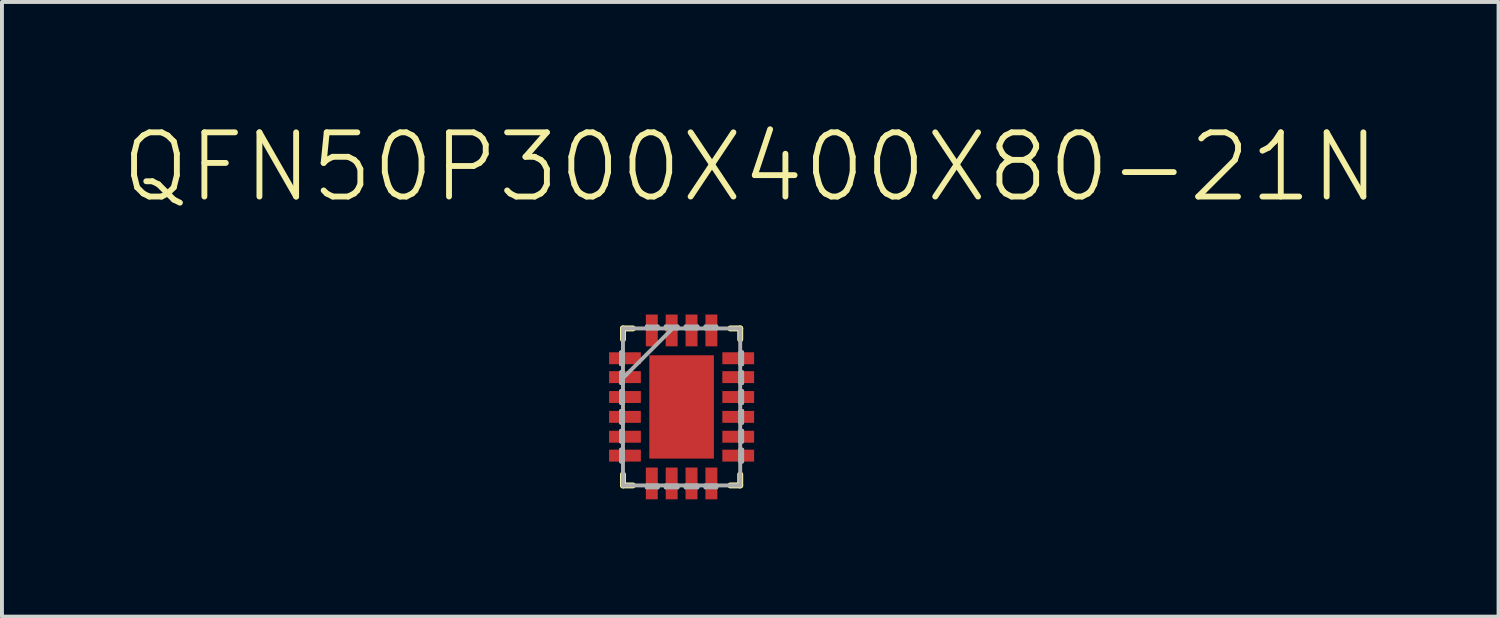
<source format=kicad_pcb>
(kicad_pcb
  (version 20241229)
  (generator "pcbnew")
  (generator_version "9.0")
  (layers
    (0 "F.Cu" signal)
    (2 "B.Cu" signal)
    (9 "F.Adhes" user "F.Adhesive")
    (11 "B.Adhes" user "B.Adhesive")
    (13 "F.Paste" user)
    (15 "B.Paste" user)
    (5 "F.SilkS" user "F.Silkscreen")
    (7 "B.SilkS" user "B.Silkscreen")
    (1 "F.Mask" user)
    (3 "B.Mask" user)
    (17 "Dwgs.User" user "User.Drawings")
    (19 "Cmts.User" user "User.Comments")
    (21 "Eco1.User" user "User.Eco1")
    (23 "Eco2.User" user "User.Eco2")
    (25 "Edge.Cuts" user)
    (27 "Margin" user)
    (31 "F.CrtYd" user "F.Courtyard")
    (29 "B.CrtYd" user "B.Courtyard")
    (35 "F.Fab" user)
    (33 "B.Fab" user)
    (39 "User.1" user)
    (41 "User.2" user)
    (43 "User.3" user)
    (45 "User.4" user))
  (footprint "QFN50P300X400X80-21N"
    (layer "F.Cu")
    (at 14.378 7.355)
    (property "Reference" "QFN50P300X400X80-21N" (at 1.755 -6.131 0) (layer "F.SilkS") (effects (font (size 1.642 1.642) (thickness 0.15))))
    (attr through_hole)
    (fp_line (start -1.499 -2.007) (end -1.499 -1.727) (stroke (width 0.152) (type solid)) (layer "F.SilkS"))
    (fp_line (start -1.499 1.727) (end -1.499 2.007) (stroke (width 0.152) (type solid)) (layer "F.SilkS"))
    (fp_line (start -1.499 2.007) (end -1.245 2.007) (stroke (width 0.152) (type solid)) (layer "F.SilkS"))
    (fp_line (start -1.245 -2.007) (end -1.499 -2.007) (stroke (width 0.152) (type solid)) (layer "F.SilkS"))
    (fp_line (start 1.245 2.007) (end 1.499 2.007) (stroke (width 0.152) (type solid)) (layer "F.SilkS"))
    (fp_line (start 1.499 -2.007) (end 1.245 -2.007) (stroke (width 0.152) (type solid)) (layer "F.SilkS"))
    (fp_line (start 1.499 -1.727) (end 1.499 -2.007) (stroke (width 0.152) (type solid)) (layer "F.SilkS"))
    (fp_line (start 1.499 2.007) (end 1.499 1.727) (stroke (width 0.152) (type solid)) (layer "F.SilkS"))
    (fp_line (start -1.549 -1.397) (end -1.549 -1.092) (stroke (width 0.1) (type solid)) (layer "F.Fab"))
    (fp_line (start -1.549 -1.092) (end -1.499 -1.092) (stroke (width 0.1) (type solid)) (layer "F.Fab"))
    (fp_line (start -1.549 -0.889) (end -1.549 -0.61) (stroke (width 0.1) (type solid)) (layer "F.Fab"))
    (fp_line (start -1.549 -0.61) (end -1.499 -0.61) (stroke (width 0.1) (type solid)) (layer "F.Fab"))
    (fp_line (start -1.549 -0.406) (end -1.549 -0.102) (stroke (width 0.1) (type solid)) (layer "F.Fab"))
    (fp_line (start -1.549 -0.102) (end -1.499 -0.102) (stroke (width 0.1) (type solid)) (layer "F.Fab"))
    (fp_line (start -1.549 0.102) (end -1.549 0.406) (stroke (width 0.1) (type solid)) (layer "F.Fab"))
    (fp_line (start -1.549 0.406) (end -1.499 0.406) (stroke (width 0.1) (type solid)) (layer "F.Fab"))
    (fp_line (start -1.549 0.61) (end -1.549 0.889) (stroke (width 0.1) (type solid)) (layer "F.Fab"))
    (fp_line (start -1.549 0.889) (end -1.499 0.889) (stroke (width 0.1) (type solid)) (layer "F.Fab"))
    (fp_line (start -1.549 1.092) (end -1.549 1.397) (stroke (width 0.1) (type solid)) (layer "F.Fab"))
    (fp_line (start -1.549 1.397) (end -1.499 1.397) (stroke (width 0.1) (type solid)) (layer "F.Fab"))
    (fp_line (start -1.499 -2.007) (end -1.499 2.007) (stroke (width 0.1) (type solid)) (layer "F.Fab"))
    (fp_line (start -1.499 -1.397) (end -1.549 -1.397) (stroke (width 0.1) (type solid)) (layer "F.Fab"))
    (fp_line (start -1.499 -1.092) (end -1.499 -1.397) (stroke (width 0.1) (type solid)) (layer "F.Fab"))
    (fp_line (start -1.499 -0.889) (end -1.549 -0.889) (stroke (width 0.1) (type solid)) (layer "F.Fab"))
    (fp_line (start -1.499 -0.737) (end -0.229 -2.007) (stroke (width 0.1) (type solid)) (layer "F.Fab"))
    (fp_line (start -1.499 -0.61) (end -1.499 -0.889) (stroke (width 0.1) (type solid)) (layer "F.Fab"))
    (fp_line (start -1.499 -0.406) (end -1.549 -0.406) (stroke (width 0.1) (type solid)) (layer "F.Fab"))
    (fp_line (start -1.499 -0.102) (end -1.499 -0.406) (stroke (width 0.1) (type solid)) (layer "F.Fab"))
    (fp_line (start -1.499 0.102) (end -1.549 0.102) (stroke (width 0.1) (type solid)) (layer "F.Fab"))
    (fp_line (start -1.499 0.406) (end -1.499 0.102) (stroke (width 0.1) (type solid)) (layer "F.Fab"))
    (fp_line (start -1.499 0.61) (end -1.549 0.61) (stroke (width 0.1) (type solid)) (layer "F.Fab"))
    (fp_line (start -1.499 0.889) (end -1.499 0.61) (stroke (width 0.1) (type solid)) (layer "F.Fab"))
    (fp_line (start -1.499 1.092) (end -1.549 1.092) (stroke (width 0.1) (type solid)) (layer "F.Fab"))
    (fp_line (start -1.499 1.397) (end -1.499 1.092) (stroke (width 0.1) (type solid)) (layer "F.Fab"))
    (fp_line (start -1.499 2.007) (end 1.499 2.007) (stroke (width 0.1) (type solid)) (layer "F.Fab"))
    (fp_line (start -0.889 -2.057) (end -0.889 -2.007) (stroke (width 0.1) (type solid)) (layer "F.Fab"))
    (fp_line (start -0.889 -2.007) (end -0.61 -2.007) (stroke (width 0.1) (type solid)) (layer "F.Fab"))
    (fp_line (start -0.889 2.007) (end -0.889 2.057) (stroke (width 0.1) (type solid)) (layer "F.Fab"))
    (fp_line (start -0.889 2.057) (end -0.61 2.057) (stroke (width 0.1) (type solid)) (layer "F.Fab"))
    (fp_line (start -0.61 -2.057) (end -0.889 -2.057) (stroke (width 0.1) (type solid)) (layer "F.Fab"))
    (fp_line (start -0.61 -2.007) (end -0.61 -2.057) (stroke (width 0.1) (type solid)) (layer "F.Fab"))
    (fp_line (start -0.61 2.007) (end -0.889 2.007) (stroke (width 0.1) (type solid)) (layer "F.Fab"))
    (fp_line (start -0.61 2.057) (end -0.61 2.007) (stroke (width 0.1) (type solid)) (layer "F.Fab"))
    (fp_line (start -0.406 -2.057) (end -0.406 -2.007) (stroke (width 0.1) (type solid)) (layer "F.Fab"))
    (fp_line (start -0.406 -2.007) (end -0.102 -2.007) (stroke (width 0.1) (type solid)) (layer "F.Fab"))
    (fp_line (start -0.406 2.007) (end -0.406 2.057) (stroke (width 0.1) (type solid)) (layer "F.Fab"))
    (fp_line (start -0.406 2.057) (end -0.102 2.057) (stroke (width 0.1) (type solid)) (layer "F.Fab"))
    (fp_line (start -0.102 -2.057) (end -0.406 -2.057) (stroke (width 0.1) (type solid)) (layer "F.Fab"))
    (fp_line (start -0.102 -2.007) (end -0.102 -2.057) (stroke (width 0.1) (type solid)) (layer "F.Fab"))
    (fp_line (start -0.102 2.007) (end -0.406 2.007) (stroke (width 0.1) (type solid)) (layer "F.Fab"))
    (fp_line (start -0.102 2.057) (end -0.102 2.007) (stroke (width 0.1) (type solid)) (layer "F.Fab"))
    (fp_line (start 0.102 -2.057) (end 0.102 -2.007) (stroke (width 0.1) (type solid)) (layer "F.Fab"))
    (fp_line (start 0.102 -2.007) (end 0.406 -2.007) (stroke (width 0.1) (type solid)) (layer "F.Fab"))
    (fp_line (start 0.102 2.007) (end 0.102 2.057) (stroke (width 0.1) (type solid)) (layer "F.Fab"))
    (fp_line (start 0.102 2.057) (end 0.406 2.057) (stroke (width 0.1) (type solid)) (layer "F.Fab"))
    (fp_line (start 0.406 -2.057) (end 0.102 -2.057) (stroke (width 0.1) (type solid)) (layer "F.Fab"))
    (fp_line (start 0.406 -2.007) (end 0.406 -2.057) (stroke (width 0.1) (type solid)) (layer "F.Fab"))
    (fp_line (start 0.406 2.007) (end 0.102 2.007) (stroke (width 0.1) (type solid)) (layer "F.Fab"))
    (fp_line (start 0.406 2.057) (end 0.406 2.007) (stroke (width 0.1) (type solid)) (layer "F.Fab"))
    (fp_line (start 0.61 -2.057) (end 0.61 -2.007) (stroke (width 0.1) (type solid)) (layer "F.Fab"))
    (fp_line (start 0.61 -2.007) (end 0.889 -2.007) (stroke (width 0.1) (type solid)) (layer "F.Fab"))
    (fp_line (start 0.61 2.007) (end 0.61 2.057) (stroke (width 0.1) (type solid)) (layer "F.Fab"))
    (fp_line (start 0.61 2.057) (end 0.889 2.057) (stroke (width 0.1) (type solid)) (layer "F.Fab"))
    (fp_line (start 0.889 -2.057) (end 0.61 -2.057) (stroke (width 0.1) (type solid)) (layer "F.Fab"))
    (fp_line (start 0.889 -2.007) (end 0.889 -2.057) (stroke (width 0.1) (type solid)) (layer "F.Fab"))
    (fp_line (start 0.889 2.007) (end 0.61 2.007) (stroke (width 0.1) (type solid)) (layer "F.Fab"))
    (fp_line (start 0.889 2.057) (end 0.889 2.007) (stroke (width 0.1) (type solid)) (layer "F.Fab"))
    (fp_line (start 1.499 -2.007) (end -1.499 -2.007) (stroke (width 0.1) (type solid)) (layer "F.Fab"))
    (fp_line (start 1.499 -1.397) (end 1.499 -1.092) (stroke (width 0.1) (type solid)) (layer "F.Fab"))
    (fp_line (start 1.499 -1.092) (end 1.549 -1.092) (stroke (width 0.1) (type solid)) (layer "F.Fab"))
    (fp_line (start 1.499 -0.889) (end 1.499 -0.61) (stroke (width 0.1) (type solid)) (layer "F.Fab"))
    (fp_line (start 1.499 -0.61) (end 1.549 -0.61) (stroke (width 0.1) (type solid)) (layer "F.Fab"))
    (fp_line (start 1.499 -0.406) (end 1.499 -0.102) (stroke (width 0.1) (type solid)) (layer "F.Fab"))
    (fp_line (start 1.499 -0.102) (end 1.549 -0.102) (stroke (width 0.1) (type solid)) (layer "F.Fab"))
    (fp_line (start 1.499 0.102) (end 1.499 0.406) (stroke (width 0.1) (type solid)) (layer "F.Fab"))
    (fp_line (start 1.499 0.406) (end 1.549 0.406) (stroke (width 0.1) (type solid)) (layer "F.Fab"))
    (fp_line (start 1.499 0.61) (end 1.499 0.889) (stroke (width 0.1) (type solid)) (layer "F.Fab"))
    (fp_line (start 1.499 0.889) (end 1.549 0.889) (stroke (width 0.1) (type solid)) (layer "F.Fab"))
    (fp_line (start 1.499 1.092) (end 1.499 1.397) (stroke (width 0.1) (type solid)) (layer "F.Fab"))
    (fp_line (start 1.499 1.397) (end 1.549 1.397) (stroke (width 0.1) (type solid)) (layer "F.Fab"))
    (fp_line (start 1.499 2.007) (end 1.499 -2.007) (stroke (width 0.1) (type solid)) (layer "F.Fab"))
    (fp_line (start 1.549 -1.397) (end 1.499 -1.397) (stroke (width 0.1) (type solid)) (layer "F.Fab"))
    (fp_line (start 1.549 -1.092) (end 1.549 -1.397) (stroke (width 0.1) (type solid)) (layer "F.Fab"))
    (fp_line (start 1.549 -0.889) (end 1.499 -0.889) (stroke (width 0.1) (type solid)) (layer "F.Fab"))
    (fp_line (start 1.549 -0.61) (end 1.549 -0.889) (stroke (width 0.1) (type solid)) (layer "F.Fab"))
    (fp_line (start 1.549 -0.406) (end 1.499 -0.406) (stroke (width 0.1) (type solid)) (layer "F.Fab"))
    (fp_line (start 1.549 -0.102) (end 1.549 -0.406) (stroke (width 0.1) (type solid)) (layer "F.Fab"))
    (fp_line (start 1.549 0.102) (end 1.499 0.102) (stroke (width 0.1) (type solid)) (layer "F.Fab"))
    (fp_line (start 1.549 0.406) (end 1.549 0.102) (stroke (width 0.1) (type solid)) (layer "F.Fab"))
    (fp_line (start 1.549 0.61) (end 1.499 0.61) (stroke (width 0.1) (type solid)) (layer "F.Fab"))
    (fp_line (start 1.549 0.889) (end 1.549 0.61) (stroke (width 0.1) (type solid)) (layer "F.Fab"))
    (fp_line (start 1.549 1.092) (end 1.499 1.092) (stroke (width 0.1) (type solid)) (layer "F.Fab"))
    (fp_line (start 1.549 1.397) (end 1.549 1.092) (stroke (width 0.1) (type solid)) (layer "F.Fab"))
    (pad "1" smd rect (at -1.448 -1.245 270) (size 0.305 0.813) (layers "F.Cu" "F.Mask" "F.Paste"))
    (pad "2" smd rect (at -1.448 -0.762 270) (size 0.305 0.813) (layers "F.Cu" "F.Mask" "F.Paste"))
    (pad "3" smd rect (at -1.448 -0.254 270) (size 0.305 0.813) (layers "F.Cu" "F.Mask" "F.Paste"))
    (pad "4" smd rect (at -1.448 0.254 270) (size 0.305 0.813) (layers "F.Cu" "F.Mask" "F.Paste"))
    (pad "5" smd rect (at -1.448 0.762 270) (size 0.305 0.813) (layers "F.Cu" "F.Mask" "F.Paste"))
    (pad "6" smd rect (at -1.448 1.245 270) (size 0.305 0.813) (layers "F.Cu" "F.Mask" "F.Paste"))
    (pad "7" smd rect (at -0.762 1.956 180) (size 0.305 0.813) (layers "F.Cu" "F.Mask" "F.Paste"))
    (pad "8" smd rect (at -0.254 1.956 180) (size 0.305 0.813) (layers "F.Cu" "F.Mask" "F.Paste"))
    (pad "9" smd rect (at 0.254 1.956 180) (size 0.305 0.813) (layers "F.Cu" "F.Mask" "F.Paste"))
    (pad "10" smd rect (at 0.762 1.956 180) (size 0.305 0.813) (layers "F.Cu" "F.Mask" "F.Paste"))
    (pad "11" smd rect (at 1.448 1.245 270) (size 0.305 0.813) (layers "F.Cu" "F.Mask" "F.Paste"))
    (pad "12" smd rect (at 1.448 0.762 270) (size 0.305 0.813) (layers "F.Cu" "F.Mask" "F.Paste"))
    (pad "13" smd rect (at 1.448 0.254 270) (size 0.305 0.813) (layers "F.Cu" "F.Mask" "F.Paste"))
    (pad "14" smd rect (at 1.448 -0.254 270) (size 0.305 0.813) (layers "F.Cu" "F.Mask" "F.Paste"))
    (pad "15" smd rect (at 1.448 -0.762 270) (size 0.305 0.813) (layers "F.Cu" "F.Mask" "F.Paste"))
    (pad "16" smd rect (at 1.448 -1.245 270) (size 0.305 0.813) (layers "F.Cu" "F.Mask" "F.Paste"))
    (pad "17" smd rect (at 0.762 -1.956 180) (size 0.305 0.813) (layers "F.Cu" "F.Mask" "F.Paste"))
    (pad "18" smd rect (at 0.254 -1.956 180) (size 0.305 0.813) (layers "F.Cu" "F.Mask" "F.Paste"))
    (pad "19" smd rect (at -0.254 -1.956 180) (size 0.305 0.813) (layers "F.Cu" "F.Mask" "F.Paste"))
    (pad "20" smd rect (at -0.762 -1.956 180) (size 0.305 0.813) (layers "F.Cu" "F.Mask" "F.Paste"))
    (pad "21" smd rect (at 0 0) (size 1.651 2.642) (layers "F.Cu" "F.Mask" "F.Paste")))
  (gr_rect
    (start -3 -3)
    (end 35.267 12.717)
    (stroke (width 0.1) (type default))
    (fill no)
    (layer "Edge.Cuts")))
</source>
